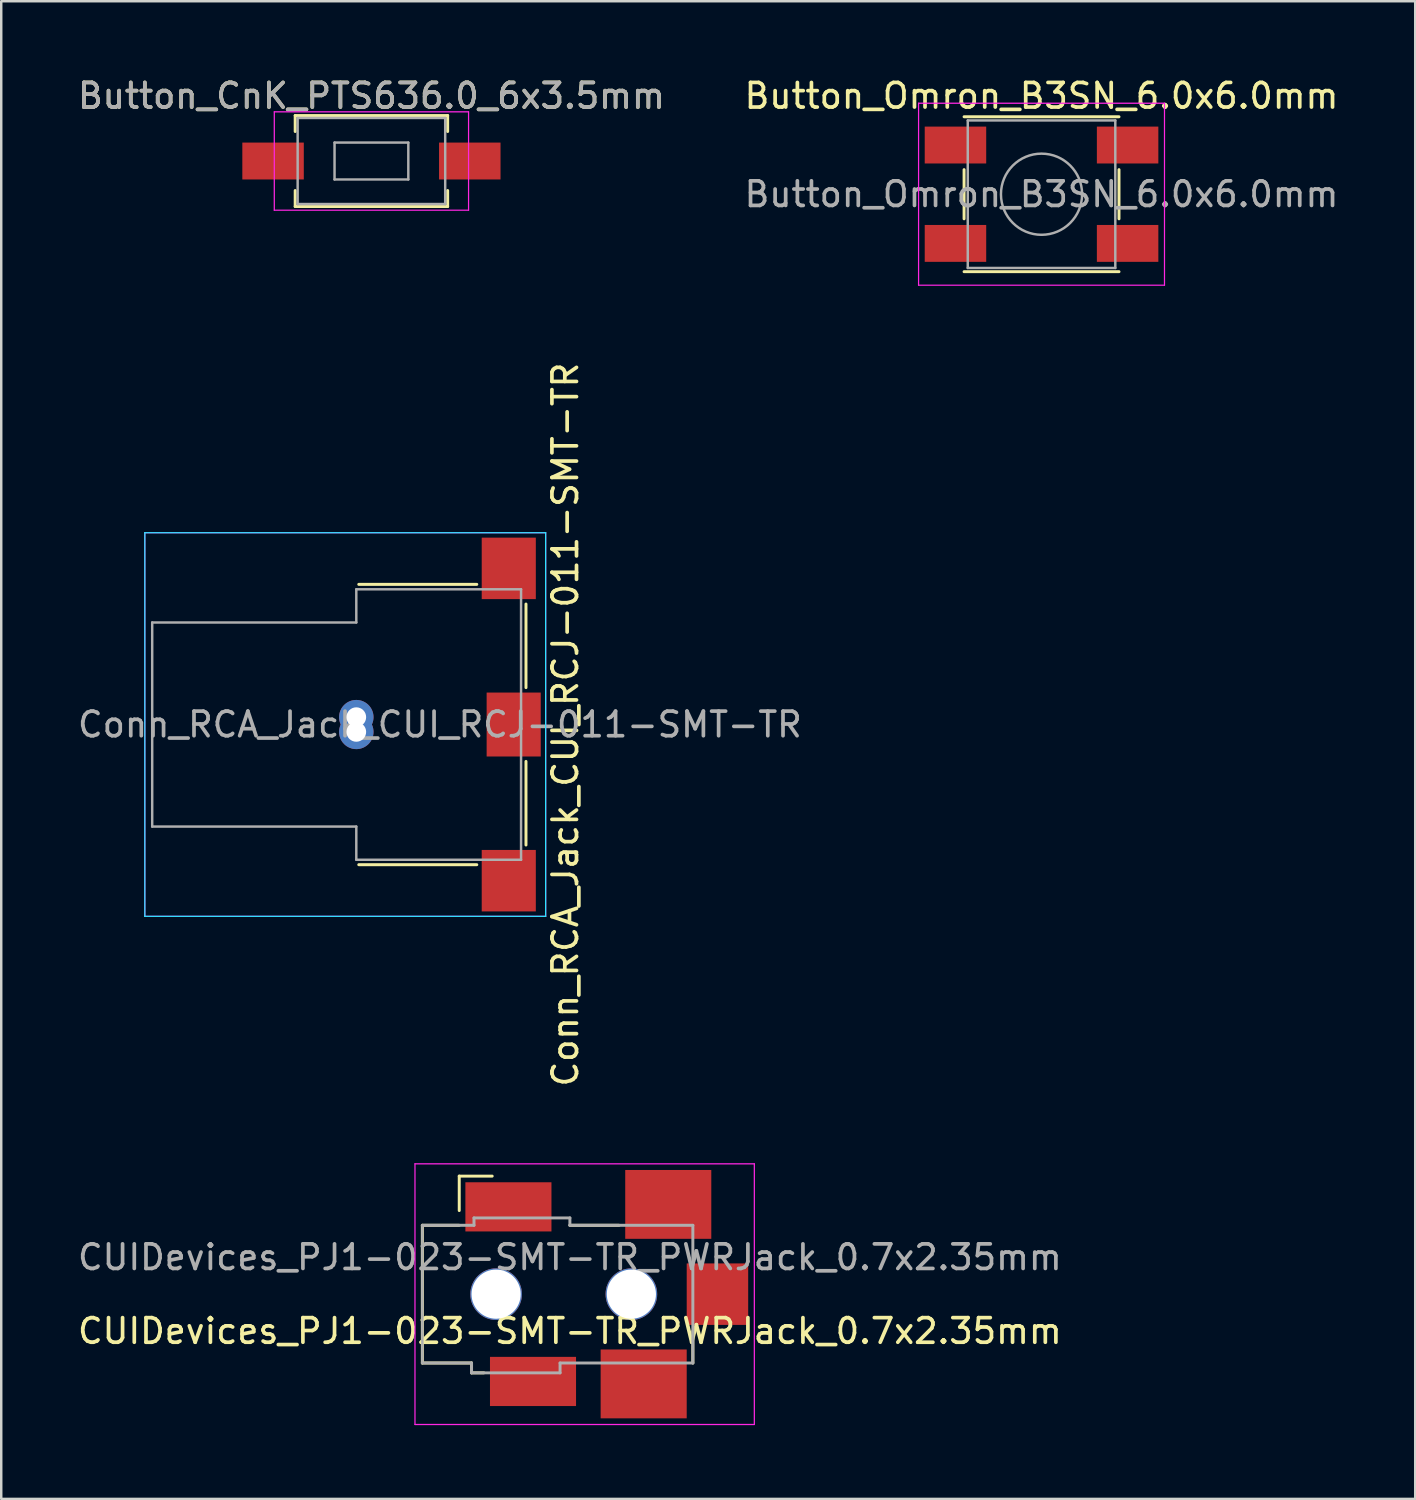
<source format=kicad_pcb>
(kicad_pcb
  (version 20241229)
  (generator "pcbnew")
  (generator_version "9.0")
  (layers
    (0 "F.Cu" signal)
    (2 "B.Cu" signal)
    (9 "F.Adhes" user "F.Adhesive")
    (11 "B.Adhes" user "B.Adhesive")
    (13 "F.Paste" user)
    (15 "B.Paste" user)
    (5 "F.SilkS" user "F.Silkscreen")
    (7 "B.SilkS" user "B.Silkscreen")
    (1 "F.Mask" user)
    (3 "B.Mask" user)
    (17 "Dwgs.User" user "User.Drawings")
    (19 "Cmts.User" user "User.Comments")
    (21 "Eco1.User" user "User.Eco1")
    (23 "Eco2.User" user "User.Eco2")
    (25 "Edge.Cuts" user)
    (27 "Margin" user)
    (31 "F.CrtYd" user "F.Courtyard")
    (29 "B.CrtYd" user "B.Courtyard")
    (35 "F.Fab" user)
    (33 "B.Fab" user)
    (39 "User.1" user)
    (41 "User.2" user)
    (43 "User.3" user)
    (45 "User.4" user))
  (footprint "Button_Omron_B3SN_6.0x6.0mm"
    (layer "F.Cu")
    (at 39.304 4.848)
    (property "Reference" "Button_Omron_B3SN_6.0x6.0mm" (at 0 -4 0) (layer "F.SilkS") (effects (font (size 1 1) (thickness 0.15))))
    (attr smd)
    (fp_line (start -3.15 -3.15) (end 3.15 -3.15) (stroke (width 0.12) (type solid)) (layer "F.SilkS"))
    (fp_line (start -3.15 1) (end -3.15 -1) (stroke (width 0.12) (type solid)) (layer "F.SilkS"))
    (fp_line (start 3.15 -1) (end 3.15 1) (stroke (width 0.12) (type solid)) (layer "F.SilkS"))
    (fp_line (start 3.15 3.15) (end -3.15 3.15) (stroke (width 0.12) (type solid)) (layer "F.SilkS"))
    (fp_line (start -5 -3.7) (end -5 3.7) (stroke (width 0.05) (type solid)) (layer "F.CrtYd"))
    (fp_line (start -5 3.7) (end 5 3.7) (stroke (width 0.05) (type solid)) (layer "F.CrtYd"))
    (fp_line (start 5 -3.7) (end -5 -3.7) (stroke (width 0.05) (type solid)) (layer "F.CrtYd"))
    (fp_line (start 5 3.7) (end 5 -3.7) (stroke (width 0.05) (type solid)) (layer "F.CrtYd"))
    (fp_line (start -3 -3) (end 3 -3) (stroke (width 0.1) (type solid)) (layer "F.Fab"))
    (fp_line (start -3 3) (end -3 -3) (stroke (width 0.1) (type solid)) (layer "F.Fab"))
    (fp_line (start 3 -3) (end 3 3) (stroke (width 0.1) (type solid)) (layer "F.Fab"))
    (fp_line (start 3 3) (end -3 3) (stroke (width 0.1) (type solid)) (layer "F.Fab"))
    (fp_circle (center 0 0) (end 1.65 0) (stroke (width 0.1) (type solid)) (fill no) (layer "F.Fab"))
    (fp_text user "${REFERENCE}" (at 0 0 0) (unlocked yes) (layer "F.Fab") (effects (font (size 1 1) (thickness 0.15))))
    (pad "1" smd rect (at -3.5 -2) (size 2.5 1.5) (layers "F.Cu" "F.Mask" "F.Paste"))
    (pad "1" smd rect (at 3.5 -2) (size 2.5 1.5) (layers "F.Cu" "F.Mask" "F.Paste"))
    (pad "2" smd rect (at -3.5 2) (size 2.5 1.5) (layers "F.Cu" "F.Mask" "F.Paste"))
    (pad "2" smd rect (at 3.5 2) (size 2.5 1.5) (layers "F.Cu" "F.Mask" "F.Paste")))
  (footprint "CUIDevices_PJ1-023-SMT-TR_PWRJack_0.7x2.35mm"
    (layer "F.Cu")
    (at 14.125 49.577)
    (property "Reference" "CUIDevices_PJ1-023-SMT-TR_PWRJack_0.7x2.35mm" (at 6 1.5 180) (layer "F.SilkS") (effects (font (size 1 1) (thickness 0.15))))
    (attr smd)
    (fp_line (start 0 -2.8) (end 1.5 -2.8) (stroke (width 0.12) (type solid)) (layer "F.SilkS"))
    (fp_line (start 0 2.8) (end 0 -2.8) (stroke (width 0.12) (type solid)) (layer "F.SilkS"))
    (fp_line (start 0 2.8) (end 2 2.8) (stroke (width 0.12) (type solid)) (layer "F.SilkS"))
    (fp_line (start 1.5 -4.8) (end 1.5 -3.4) (stroke (width 0.12) (type solid)) (layer "F.SilkS"))
    (fp_line (start 2 3.2) (end 2 2.8) (stroke (width 0.12) (type solid)) (layer "F.SilkS"))
    (fp_line (start 2 3.2) (end 2.5 3.2) (stroke (width 0.12) (type solid)) (layer "F.SilkS"))
    (fp_line (start 2.84 -4.8) (end 1.5 -4.8) (stroke (width 0.12) (type solid)) (layer "F.SilkS"))
    (fp_line (start 6 -2.8) (end 8 -2.8) (stroke (width 0.12) (type solid)) (layer "F.SilkS"))
    (fp_line (start 11 1.5) (end 11 2.8) (stroke (width 0.12) (type solid)) (layer "F.SilkS"))
    (fp_line (start -0.3 -5.3) (end 13.5 -5.3) (stroke (width 0.05) (type solid)) (layer "F.CrtYd"))
    (fp_line (start -0.3 5.3) (end -0.3 -5.3) (stroke (width 0.05) (type solid)) (layer "F.CrtYd"))
    (fp_line (start -0.3 5.3) (end 13.5 5.3) (stroke (width 0.05) (type solid)) (layer "F.CrtYd"))
    (fp_line (start 13.5 5.3) (end 13.5 -5.3) (stroke (width 0.05) (type solid)) (layer "F.CrtYd"))
    (fp_line (start 0 -2.8) (end 2.1 -2.8) (stroke (width 0.12) (type solid)) (layer "F.Fab"))
    (fp_line (start 0 2.8) (end 0 -2.8) (stroke (width 0.1) (type solid)) (layer "F.Fab"))
    (fp_line (start 2 2.8) (end 0 2.8) (stroke (width 0.12) (type solid)) (layer "F.Fab"))
    (fp_line (start 2 3.2) (end 2 2.8) (stroke (width 0.12) (type solid)) (layer "F.Fab"))
    (fp_line (start 2.1 -3.1) (end 6 -3.1) (stroke (width 0.12) (type solid)) (layer "F.Fab"))
    (fp_line (start 2.1 -2.8) (end 2.1 -3.1) (stroke (width 0.12) (type solid)) (layer "F.Fab"))
    (fp_line (start 5.6 2.8) (end 5.6 3.2) (stroke (width 0.12) (type solid)) (layer "F.Fab"))
    (fp_line (start 5.6 3.2) (end 2 3.2) (stroke (width 0.12) (type solid)) (layer "F.Fab"))
    (fp_line (start 6 -3.1) (end 6 -2.8) (stroke (width 0.12) (type solid)) (layer "F.Fab"))
    (fp_line (start 6 -2.8) (end 11 -2.8) (stroke (width 0.12) (type solid)) (layer "F.Fab"))
    (fp_line (start 11 -2.8) (end 11 2.8) (stroke (width 0.12) (type solid)) (layer "F.Fab"))
    (fp_line (start 11 2.8) (end 5.6 2.8) (stroke (width 0.12) (type solid)) (layer "F.Fab"))
    (fp_text user "${REFERENCE}" (at 6 -1.5 180) (layer "F.Fab") (effects (font (size 1 1) (thickness 0.15))))
    (pad "" thru_hole circle (at 3 0 90) (size 2.1 2.1) (drill 2) (layers "*.Cu" "*.Mask"))
    (pad "" thru_hole circle (at 8.5 0 90) (size 2.1 2.1) (drill 2) (layers "*.Cu" "*.Mask"))
    (pad "1" smd rect (at 12 0) (size 2.5 2.5) (layers "F.Cu" "F.Mask" "F.Paste"))
    (pad "2" smd rect (at 4.5 3.55) (size 3.5 2) (layers "F.Cu" "F.Mask" "F.Paste"))
    (pad "2" smd rect (at 9 3.65) (size 3.5 2.8) (layers "F.Cu" "F.Mask" "F.Paste"))
    (pad "3" smd rect (at 3.5 -3.55) (size 3.5 2) (layers "F.Cu" "F.Mask" "F.Paste"))
    (pad "3" smd rect (at 10 -3.65) (size 3.5 2.8) (layers "F.Cu" "F.Mask" "F.Paste")))
  (footprint "Button_CnK_PTS636.0_6x3.5mm"
    (layer "F.Cu")
    (at 12.054 3.498)
    (property "Reference" "Button_CnK_PTS636.0_6x3.5mm" (at 0 -2.65 0) (layer "F.SilkS") (effects (font (size 1 1) (thickness 0.15))))
    (attr smd)
    (fp_line (start -3.1 -1.85) (end -3.1 -1.2) (stroke (width 0.12) (type solid)) (layer "F.SilkS"))
    (fp_line (start -3.1 1.2) (end -3.1 1.85) (stroke (width 0.12) (type solid)) (layer "F.SilkS"))
    (fp_line (start -3.1 1.85) (end 3.1 1.85) (stroke (width 0.12) (type solid)) (layer "F.SilkS"))
    (fp_line (start 3.1 -1.85) (end -3.1 -1.85) (stroke (width 0.12) (type solid)) (layer "F.SilkS"))
    (fp_line (start 3.1 -1.85) (end 3.1 -1.2) (stroke (width 0.12) (type solid)) (layer "F.SilkS"))
    (fp_line (start 3.1 1.85) (end 3.1 1.2) (stroke (width 0.12) (type solid)) (layer "F.SilkS"))
    (fp_line (start -3.95 -2) (end 3.95 -2) (stroke (width 0.05) (type solid)) (layer "F.CrtYd"))
    (fp_line (start -3.95 2) (end -3.95 -2) (stroke (width 0.05) (type solid)) (layer "F.CrtYd"))
    (fp_line (start 3.95 -2) (end 3.95 2) (stroke (width 0.05) (type solid)) (layer "F.CrtYd"))
    (fp_line (start 3.95 2) (end -3.95 2) (stroke (width 0.05) (type solid)) (layer "F.CrtYd"))
    (fp_line (start -3 -1.75) (end 3 -1.75) (stroke (width 0.1) (type solid)) (layer "F.Fab"))
    (fp_line (start -3 1.75) (end -3 -1.75) (stroke (width 0.1) (type solid)) (layer "F.Fab"))
    (fp_line (start -1.5 -0.75) (end 1.5 -0.75) (stroke (width 0.1) (type solid)) (layer "F.Fab"))
    (fp_line (start -1.5 0.75) (end -1.5 -0.75) (stroke (width 0.1) (type solid)) (layer "F.Fab"))
    (fp_line (start 1.5 -0.75) (end 1.5 0.75) (stroke (width 0.1) (type solid)) (layer "F.Fab"))
    (fp_line (start 1.5 0.75) (end -1.5 0.75) (stroke (width 0.1) (type solid)) (layer "F.Fab"))
    (fp_line (start 3 -1.75) (end 3 1.75) (stroke (width 0.1) (type solid)) (layer "F.Fab"))
    (fp_line (start 3 1.75) (end -3 1.75) (stroke (width 0.1) (type solid)) (layer "F.Fab"))
    (fp_text user "${REFERENCE}" (at 0 -2.65 0) (layer "F.Fab") (effects (font (size 1 1) (thickness 0.15))))
    (pad "1" smd rect (at -4 0) (size 2.5 1.5) (layers "F.Cu" "F.Mask" "F.Paste"))
    (pad "2" smd rect (at 4 0) (size 2.5 1.5) (layers "F.Cu" "F.Mask" "F.Paste")))
  (footprint "Conn_RCA_Jack_CUI_RCJ-011-SMT-TR"
    (layer "F.Cu")
    (at 14.839 26.413)
    (property "Reference" "Conn_RCA_Jack_CUI_RCJ-011-SMT-TR" (at 5.1 0 90) (unlocked yes) (layer "F.SilkS") (effects (font (size 1 1) (thickness 0.15))))
    (attr smd)
    (fp_line (start -3.3 -5.7) (end 1.5 -5.7) (stroke (width 0.12) (type solid)) (layer "F.SilkS"))
    (fp_line (start -3.3 5.7) (end 1.5 5.7) (stroke (width 0.12) (type solid)) (layer "F.SilkS"))
    (fp_line (start 3.5 -4.9) (end 3.5 -1.5) (stroke (width 0.12) (type solid)) (layer "F.SilkS"))
    (fp_line (start 3.5 1.5) (end 3.5 4.9) (stroke (width 0.12) (type solid)) (layer "F.SilkS"))
    (fp_line (start -12 -7.8) (end 4.3 -7.8) (stroke (width 0.05) (type solid)) (layer "B.CrtYd"))
    (fp_line (start -12 7.8) (end -12 -7.8) (stroke (width 0.05) (type solid)) (layer "B.CrtYd"))
    (fp_line (start 4.3 -7.8) (end 4.3 7.8) (stroke (width 0.05) (type solid)) (layer "B.CrtYd"))
    (fp_line (start 4.3 7.8) (end -12 7.8) (stroke (width 0.05) (type solid)) (layer "B.CrtYd"))
    (fp_line (start -12 -7.8) (end 4.3 -7.8) (stroke (width 0.05) (type solid)) (layer "F.CrtYd"))
    (fp_line (start -12 7.8) (end -12 -7.8) (stroke (width 0.05) (type solid)) (layer "F.CrtYd"))
    (fp_line (start 4.3 -7.8) (end 4.3 0) (stroke (width 0.05) (type solid)) (layer "F.CrtYd"))
    (fp_line (start 4.3 0) (end 4.3 7.8) (stroke (width 0.05) (type solid)) (layer "F.CrtYd"))
    (fp_line (start 4.3 7.8) (end -12 7.8) (stroke (width 0.05) (type solid)) (layer "F.CrtYd"))
    (fp_line (start -11.7 -4.15) (end -11.7 4.15) (stroke (width 0.1) (type solid)) (layer "F.Fab"))
    (fp_line (start -11.7 4.15) (end -3.4 4.15) (stroke (width 0.1) (type solid)) (layer "F.Fab"))
    (fp_line (start -3.4 -5.5) (end -3.4 -4.15) (stroke (width 0.1) (type solid)) (layer "F.Fab"))
    (fp_line (start -3.4 -4.15) (end -11.7 -4.15) (stroke (width 0.1) (type solid)) (layer "F.Fab"))
    (fp_line (start -3.4 4.15) (end -3.4 5.5) (stroke (width 0.1) (type solid)) (layer "F.Fab"))
    (fp_line (start 3.3 -5.5) (end -3.4 -5.5) (stroke (width 0.1) (type solid)) (layer "F.Fab"))
    (fp_line (start 3.3 -5.5) (end 3.3 5.5) (stroke (width 0.1) (type solid)) (layer "F.Fab"))
    (fp_line (start 3.3 5.5) (end -3.4 5.5) (stroke (width 0.1) (type solid)) (layer "F.Fab"))
    (fp_text user "${REFERENCE}" (at 0 0 0) (unlocked yes) (layer "F.Fab") (effects (font (size 1 1) (thickness 0.15))))
    (pad "1" thru_hole circle (at -3.4 -0.3) (size 1.4 1.4) (drill 0.8) (layers "*.Cu" "*.Mask"))
    (pad "1" thru_hole circle (at -3.4 0.3) (size 1.4 1.4) (drill 0.8) (layers "*.Cu" "*.Mask"))
    (pad "1" smd rect (at 2.8 -6.35) (size 2.2 2.5) (layers "F.Cu" "F.Mask" "F.Paste"))
    (pad "1" smd rect (at 2.8 6.35) (size 2.2 2.5) (layers "F.Cu" "F.Mask" "F.Paste"))
    (pad "2" smd rect (at 3 0) (size 2.2 2.6) (layers "F.Cu" "F.Mask" "F.Paste")))
  (gr_rect
    (start -3 -3)
    (end 54.5 57.902)
    (stroke (width 0.1) (type default))
    (fill no)
    (layer "Edge.Cuts")))
</source>
